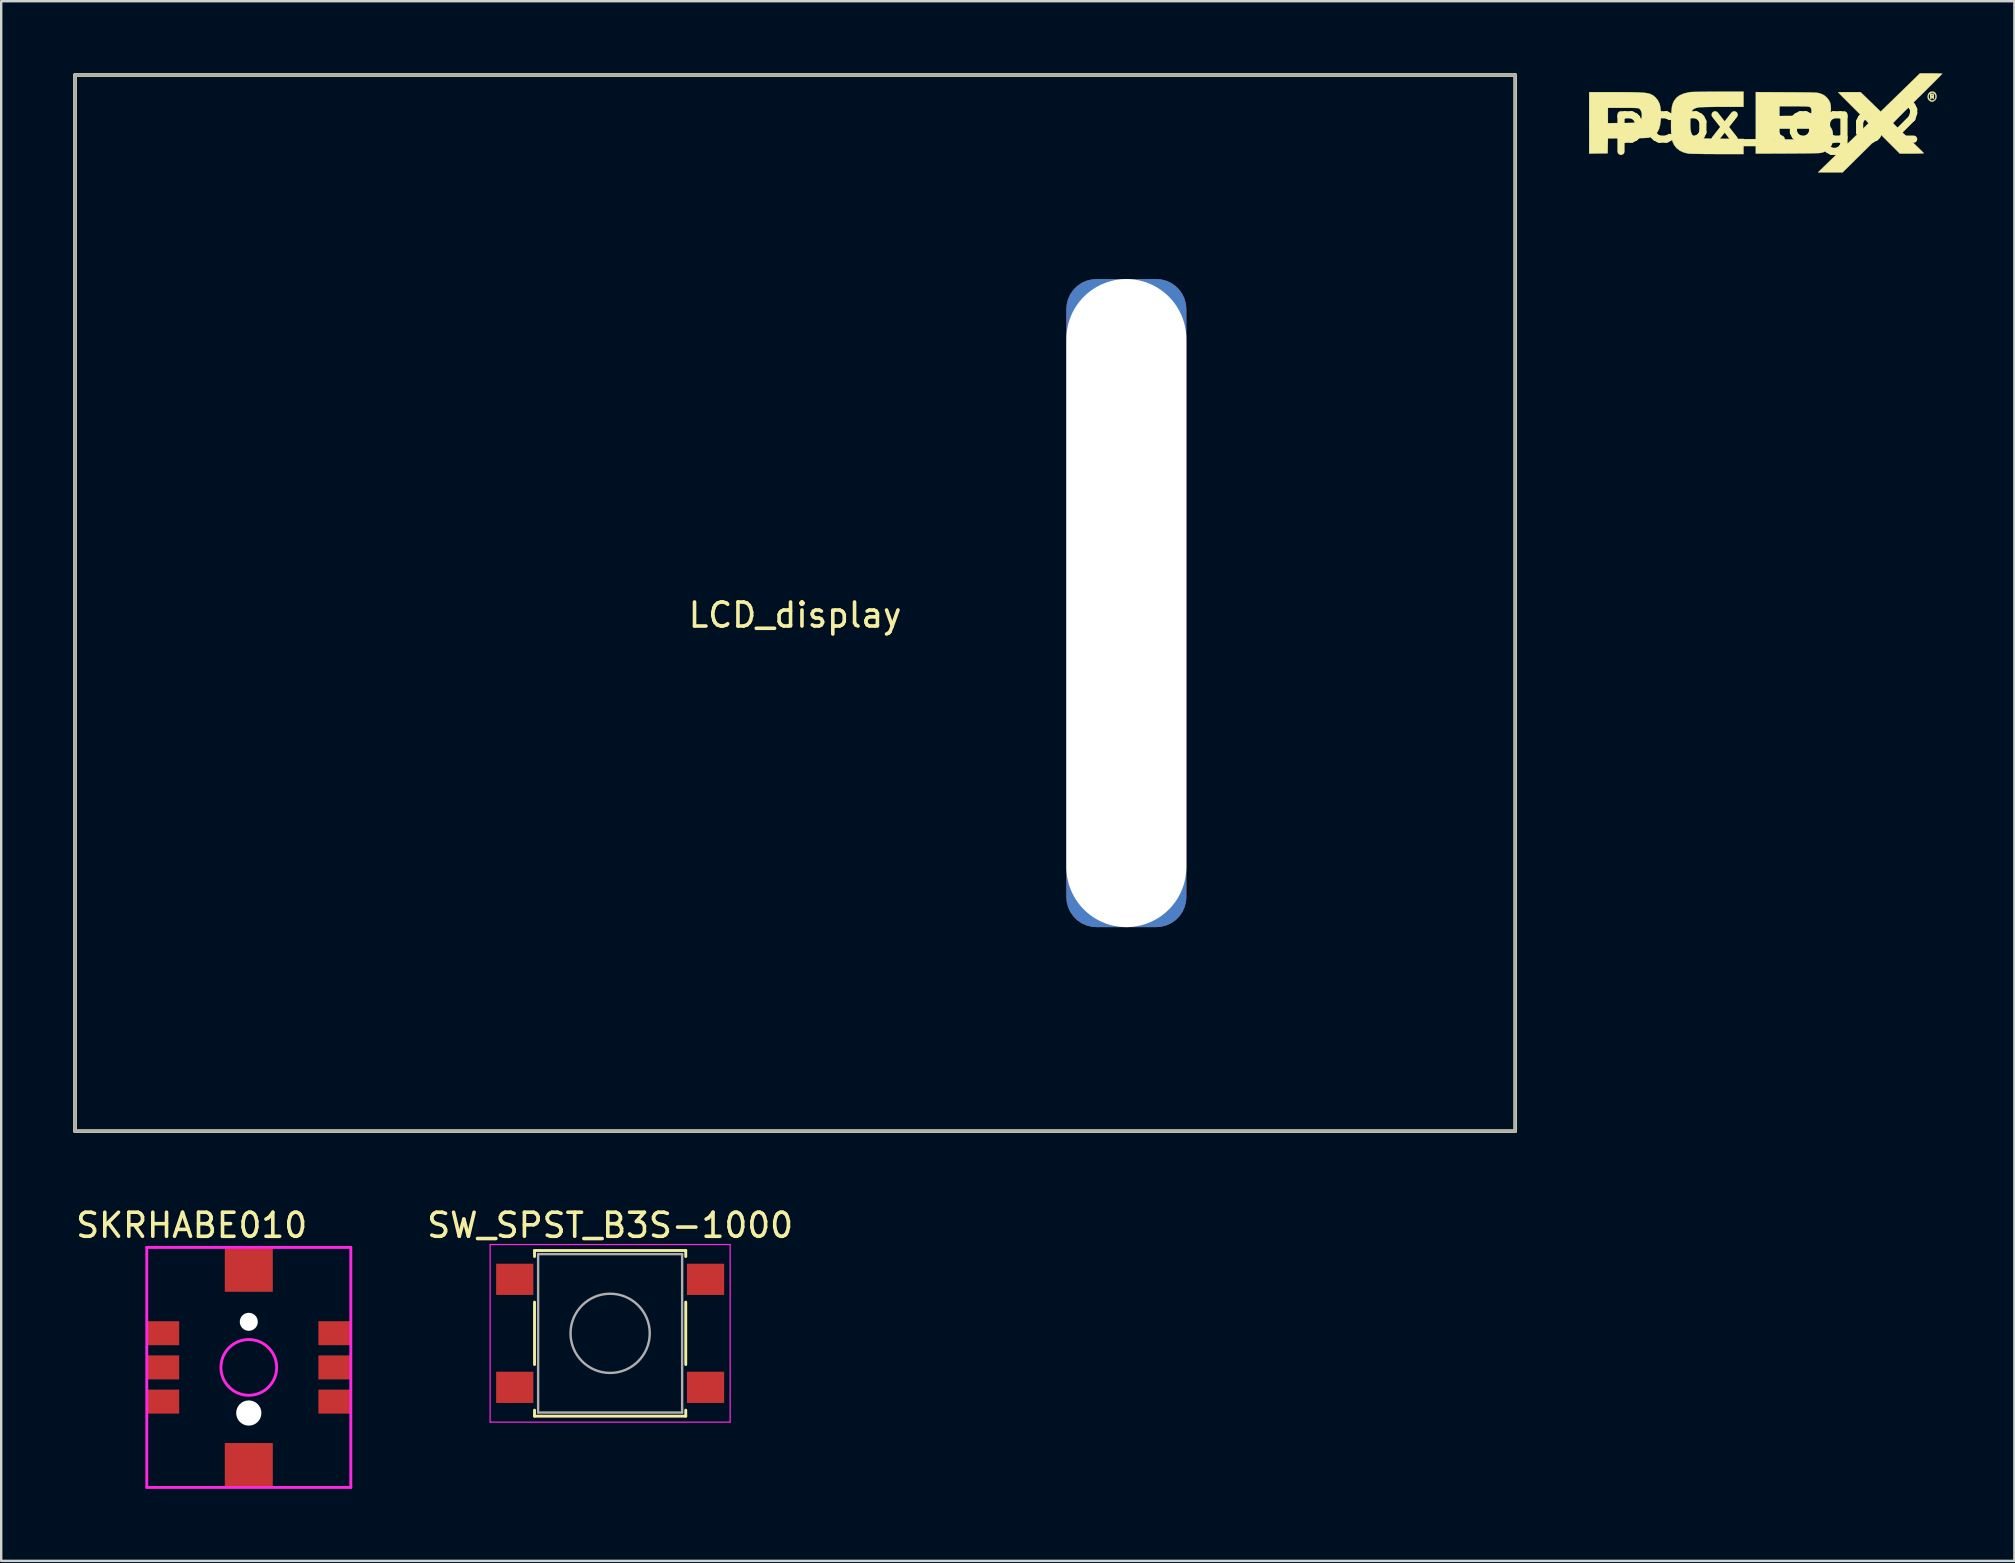
<source format=kicad_pcb>
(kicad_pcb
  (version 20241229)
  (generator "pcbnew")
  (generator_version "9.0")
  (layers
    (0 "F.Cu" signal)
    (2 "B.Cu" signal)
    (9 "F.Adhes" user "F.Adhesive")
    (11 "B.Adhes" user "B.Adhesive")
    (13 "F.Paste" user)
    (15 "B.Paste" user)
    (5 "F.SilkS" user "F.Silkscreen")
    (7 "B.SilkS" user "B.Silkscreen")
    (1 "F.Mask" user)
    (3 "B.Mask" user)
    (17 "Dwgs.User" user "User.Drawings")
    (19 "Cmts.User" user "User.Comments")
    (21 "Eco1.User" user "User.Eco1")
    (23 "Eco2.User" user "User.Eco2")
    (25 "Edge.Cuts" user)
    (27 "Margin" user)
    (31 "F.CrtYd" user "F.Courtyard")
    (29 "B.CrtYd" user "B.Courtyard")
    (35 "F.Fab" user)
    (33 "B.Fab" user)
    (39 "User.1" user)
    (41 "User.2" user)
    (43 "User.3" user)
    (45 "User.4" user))
  (footprint "LCD_display"
    (layer "F.Cu")
    (at 30.075 22.075)
    (property "Reference" "LCD_display" (at 0 0.5 0) (layer "F.SilkS") (effects (font (size 1 1) (thickness 0.15))))
    (attr through_hole)
    (fp_line (start -30 -22) (end -30 22) (stroke (width 0.15) (type solid)) (layer "F.SilkS"))
    (fp_line (start -30 -22) (end 30 -22) (stroke (width 0.15) (type solid)) (layer "F.SilkS"))
    (fp_line (start 30 22) (end -30 22) (stroke (width 0.15) (type solid)) (layer "F.SilkS"))
    (fp_line (start 30 22) (end 30 -22) (stroke (width 0.15) (type solid)) (layer "F.SilkS"))
    (fp_line (start -30 -22) (end -30 22) (stroke (width 0.12) (type solid)) (layer "F.Fab"))
    (fp_line (start -30 -22) (end 30 -22) (stroke (width 0.12) (type solid)) (layer "F.Fab"))
    (fp_line (start -30 22) (end 30 22) (stroke (width 0.12) (type solid)) (layer "F.Fab"))
    (fp_line (start 30 22) (end 30 -22) (stroke (width 0.12) (type solid)) (layer "F.Fab"))
    (pad "" np_thru_hole roundrect (at 13.8 0) (size 5 27) (drill oval 5 27) (layers "*.Cu") (roundrect_rratio 0.25)))
  (footprint "SW_SPST_B3S-1000"
    (layer "F.Cu")
    (at 22.369 52.498)
    (property "Reference" "SW_SPST_B3S-1000" (at 0 -4.5 0) (layer "F.SilkS") (effects (font (size 1 1) (thickness 0.15))))
    (attr smd)
    (fp_line (start -3.15 -3.45) (end 3.15 -3.45) (stroke (width 0.12) (type solid)) (layer "F.SilkS"))
    (fp_line (start -3.15 -3.2) (end -3.15 -3.45) (stroke (width 0.12) (type solid)) (layer "F.SilkS"))
    (fp_line (start -3.15 1.3) (end -3.15 -1.3) (stroke (width 0.12) (type solid)) (layer "F.SilkS"))
    (fp_line (start -3.15 3.45) (end -3.15 3.2) (stroke (width 0.12) (type solid)) (layer "F.SilkS"))
    (fp_line (start 3.15 -3.45) (end 3.15 -3.2) (stroke (width 0.12) (type solid)) (layer "F.SilkS"))
    (fp_line (start 3.15 -1.3) (end 3.15 1.3) (stroke (width 0.12) (type solid)) (layer "F.SilkS"))
    (fp_line (start 3.15 3.2) (end 3.15 3.45) (stroke (width 0.12) (type solid)) (layer "F.SilkS"))
    (fp_line (start 3.15 3.45) (end -3.15 3.45) (stroke (width 0.12) (type solid)) (layer "F.SilkS"))
    (fp_line (start -5 -3.7) (end -5 3.7) (stroke (width 0.05) (type solid)) (layer "F.CrtYd"))
    (fp_line (start -5 3.7) (end 5 3.7) (stroke (width 0.05) (type solid)) (layer "F.CrtYd"))
    (fp_line (start 5 -3.7) (end -5 -3.7) (stroke (width 0.05) (type solid)) (layer "F.CrtYd"))
    (fp_line (start 5 3.7) (end 5 -3.7) (stroke (width 0.05) (type solid)) (layer "F.CrtYd"))
    (fp_line (start -3 -3.3) (end 3 -3.3) (stroke (width 0.1) (type solid)) (layer "F.Fab"))
    (fp_line (start -3 3.3) (end -3 -3.3) (stroke (width 0.1) (type solid)) (layer "F.Fab"))
    (fp_line (start 3 -3.3) (end 3 3.3) (stroke (width 0.1) (type solid)) (layer "F.Fab"))
    (fp_line (start 3 3.3) (end -3 3.3) (stroke (width 0.1) (type solid)) (layer "F.Fab"))
    (fp_circle (center 0 0) (end 1.65 0) (stroke (width 0.1) (type solid)) (fill no) (layer "F.Fab"))
    (pad "1" smd rect (at -3.975 -2.25) (size 1.55 1.3) (layers "F.Cu" "F.Mask" "F.Paste"))
    (pad "1" smd rect (at 3.975 -2.25) (size 1.55 1.3) (layers "F.Cu" "F.Mask" "F.Paste"))
    (pad "2" smd rect (at -3.975 2.25) (size 1.55 1.3) (layers "F.Cu" "F.Mask" "F.Paste"))
    (pad "2" smd rect (at 3.975 2.25) (size 1.55 1.3) (layers "F.Cu" "F.Mask" "F.Paste")))
  (footprint "SKRHABE010"
    (layer "F.Cu")
    (at 7.315 53.918)
    (property "Reference" "SKRHABE010" (at -2.38 -5.92 0) (layer "F.SilkS") (effects (font (size 1 1) (thickness 0.15))))
    (attr through_hole)
    (fp_line (start -4.25 -5) (end -4.25 5) (stroke (width 0.12) (type solid)) (layer "F.CrtYd"))
    (fp_line (start -4.25 5) (end 4.25 5) (stroke (width 0.12) (type solid)) (layer "F.CrtYd"))
    (fp_line (start 4.25 -5) (end -4.25 -5) (stroke (width 0.12) (type solid)) (layer "F.CrtYd"))
    (fp_line (start 4.25 5) (end 4.25 -5) (stroke (width 0.12) (type solid)) (layer "F.CrtYd"))
    (fp_circle (center 0 0) (end 1.16 -0.05) (stroke (width 0.12) (type solid)) (fill no) (layer "F.CrtYd"))
    (pad "" smd rect (at 0 -4.05) (size 2 1.8) (layers "F.Cu" "F.Mask" "F.Paste"))
    (pad "" np_thru_hole circle (at 0 -1.9) (size 0.75 0.75) (drill 0.75) (layers "*.Cu" "*.Mask"))
    (pad "" np_thru_hole circle (at 0 1.9) (size 1.05 1.05) (drill 1.05) (layers "*.Cu" "*.Mask"))
    (pad "" smd rect (at 0 4.05) (size 2 1.8) (layers "F.Cu" "F.Mask" "F.Paste"))
    (pad "1" smd rect (at -3.575 -1.425) (size 1.35 1) (layers "F.Cu" "F.Mask" "F.Paste"))
    (pad "2" smd rect (at -3.575 0) (size 1.35 1) (layers "F.Cu" "F.Mask" "F.Paste"))
    (pad "3" smd rect (at -3.575 1.425) (size 1.35 1) (layers "F.Cu" "F.Mask" "F.Paste"))
    (pad "4" smd rect (at 3.575 -1.425) (size 1.35 1) (layers "F.Cu" "F.Mask" "F.Paste"))
    (pad "5" smd rect (at 3.575 0) (size 1.35 1) (layers "F.Cu" "F.Mask" "F.Paste"))
    (pad "6" smd rect (at 3.575 1.425) (size 1.35 1) (layers "F.Cu" "F.Mask" "F.Paste")))
  (footprint "pcbx_logo2"
    (layer "F.Cu")
    (at 70.542 2.058)
    (property "Reference" "pcbx_logo2" (at 0 0 0) (layer "F.SilkS") (effects (font (size 1.524 1.524) (thickness 0.3))))
    (attr through_hole)
    (fp_poly (pts (xy 6.895 -1.202) (xy 6.974 -1.196) (xy 6.977 -1.085) (xy 6.975 -1.012) (xy 6.965 -0.98) (xy 6.944 -0.985) (xy 6.915 -1.021) (xy 6.881 -1.069) (xy 6.88 -1.021) (xy 6.867 -0.983) (xy 6.847 -0.974) (xy 6.828 -0.984) (xy 6.818 -1.02) (xy 6.816 -1.091) (xy 6.816 -1.132) (xy 6.879 -1.132) (xy 6.891 -1.104) (xy 6.9 -1.101) (xy 6.919 -1.118) (xy 6.921 -1.132) (xy 6.91 -1.161) (xy 6.9 -1.164) (xy 6.882 -1.147) (xy 6.879 -1.132) (xy 6.816 -1.132) (xy 6.816 -1.209) (xy 6.895 -1.202)) (stroke (width 0.01) (type solid)) (fill yes) (layer "F.SilkS"))
    (fp_poly (pts (xy 6.969 -1.284) (xy 7.02 -1.26) (xy 7.057 -1.21) (xy 7.06 -1.205) (xy 7.089 -1.11) (xy 7.08 -1.02) (xy 7.037 -0.942) (xy 6.971 -0.891) (xy 6.911 -0.87) (xy 6.856 -0.877) (xy 6.816 -0.895) (xy 6.755 -0.945) (xy 6.722 -1.014) (xy 6.717 -1.061) (xy 6.758 -1.061) (xy 6.784 -0.995) (xy 6.832 -0.94) (xy 6.896 -0.92) (xy 6.965 -0.935) (xy 7.002 -0.962) (xy 7.024 -0.999) (xy 7.04 -1.056) (xy 7.041 -1.06) (xy 7.037 -1.136) (xy 7.006 -1.196) (xy 6.956 -1.235) (xy 6.896 -1.247) (xy 6.835 -1.229) (xy 6.796 -1.193) (xy 6.759 -1.127) (xy 6.758 -1.061) (xy 6.717 -1.061) (xy 6.713 -1.091) (xy 6.729 -1.167) (xy 6.766 -1.232) (xy 6.823 -1.277) (xy 6.89 -1.291) (xy 6.969 -1.284)) (stroke (width 0.01) (type solid)) (fill yes) (layer "F.SilkS"))
    (fp_poly (pts (xy -6.324 -1.269) (xy -6.05 -1.269) (xy -5.816 -1.268) (xy -5.617 -1.265) (xy -5.448 -1.262) (xy -5.308 -1.257) (xy -5.191 -1.251) (xy -5.094 -1.244) (xy -5.014 -1.234) (xy -4.946 -1.222) (xy -4.888 -1.208) (xy -4.844 -1.195) (xy -4.723 -1.135) (xy -4.613 -1.041) (xy -4.521 -0.925) (xy -4.455 -0.794) (xy -4.436 -0.73) (xy -4.413 -0.604) (xy -4.4 -0.453) (xy -4.395 -0.291) (xy -4.4 -0.135) (xy -4.404 -0.097) (xy -4.43 0.096) (xy -4.472 0.253) (xy -4.531 0.379) (xy -4.61 0.478) (xy -4.712 0.555) (xy -4.831 0.61) (xy -4.859 0.619) (xy -4.897 0.627) (xy -4.947 0.633) (xy -5.015 0.638) (xy -5.105 0.642) (xy -5.22 0.645) (xy -5.364 0.648) (xy -5.543 0.65) (xy -5.76 0.652) (xy -5.762 0.652) (xy -6.603 0.659) (xy -6.609 0.97) (xy -6.615 1.281) (xy -7.001 1.286) (xy -7.387 1.292) (xy -7.387 -0.614) (xy -6.604 -0.614) (xy -6.604 0.021) (xy -6.133 0.019) (xy -5.983 0.018) (xy -5.835 0.016) (xy -5.699 0.013) (xy -5.584 0.009) (xy -5.5 0.004) (xy -5.485 0.003) (xy -5.395 -0.006) (xy -5.337 -0.017) (xy -5.298 -0.033) (xy -5.268 -0.059) (xy -5.259 -0.069) (xy -5.216 -0.145) (xy -5.194 -0.242) (xy -5.193 -0.347) (xy -5.211 -0.447) (xy -5.248 -0.529) (xy -5.284 -0.57) (xy -5.302 -0.583) (xy -5.323 -0.593) (xy -5.351 -0.6) (xy -5.393 -0.606) (xy -5.452 -0.609) (xy -5.534 -0.612) (xy -5.643 -0.613) (xy -5.785 -0.614) (xy -5.964 -0.614) (xy -6.604 -0.614) (xy -7.387 -0.614) (xy -7.387 -1.27) (xy -6.324 -1.269)) (stroke (width 0.01) (type solid)) (fill yes) (layer "F.SilkS"))
    (fp_poly (pts (xy -0.953 -0.656) (xy -1.815 -0.656) (xy -2.026 -0.655) (xy -2.222 -0.654) (xy -2.398 -0.651) (xy -2.551 -0.648) (xy -2.674 -0.643) (xy -2.765 -0.639) (xy -2.815 -0.634) (xy -2.923 -0.612) (xy -3.006 -0.581) (xy -3.068 -0.537) (xy -3.112 -0.475) (xy -3.141 -0.387) (xy -3.159 -0.271) (xy -3.169 -0.119) (xy -3.171 -0.051) (xy -3.172 0.134) (xy -3.163 0.283) (xy -3.142 0.399) (xy -3.106 0.489) (xy -3.055 0.555) (xy -2.986 0.604) (xy -2.904 0.638) (xy -2.864 0.645) (xy -2.79 0.651) (xy -2.681 0.657) (xy -2.535 0.662) (xy -2.35 0.666) (xy -2.126 0.669) (xy -1.889 0.672) (xy -0.953 0.681) (xy -0.953 1.312) (xy -2.048 1.31) (xy -2.263 1.309) (xy -2.469 1.308) (xy -2.66 1.306) (xy -2.832 1.303) (xy -2.981 1.301) (xy -3.103 1.298) (xy -3.192 1.295) (xy -3.244 1.292) (xy -3.251 1.291) (xy -3.442 1.246) (xy -3.605 1.171) (xy -3.74 1.068) (xy -3.844 0.939) (xy -3.909 0.802) (xy -3.936 0.698) (xy -3.957 0.569) (xy -3.97 0.409) (xy -3.976 0.217) (xy -3.975 -0.013) (xy -3.973 -0.116) (xy -3.967 -0.306) (xy -3.959 -0.46) (xy -3.948 -0.584) (xy -3.932 -0.685) (xy -3.91 -0.769) (xy -3.882 -0.842) (xy -3.846 -0.911) (xy -3.834 -0.93) (xy -3.741 -1.045) (xy -3.617 -1.137) (xy -3.458 -1.207) (xy -3.265 -1.256) (xy -3.186 -1.269) (xy -3.134 -1.274) (xy -3.046 -1.278) (xy -2.924 -1.281) (xy -2.774 -1.284) (xy -2.601 -1.287) (xy -2.41 -1.289) (xy -2.205 -1.29) (xy -1.995 -1.291) (xy -0.953 -1.291) (xy -0.953 -0.656)) (stroke (width 0.01) (type solid)) (fill yes) (layer "F.SilkS"))
    (fp_poly (pts (xy 6.995 -2.052) (xy 7.114 -2.05) (xy 7.212 -2.047) (xy 7.283 -2.042) (xy 7.32 -2.037) (xy 7.324 -2.035) (xy 7.309 -2.017) (xy 7.266 -1.973) (xy 7.199 -1.903) (xy 7.108 -1.811) (xy 6.997 -1.7) (xy 6.868 -1.571) (xy 6.723 -1.427) (xy 6.566 -1.271) (xy 6.398 -1.105) (xy 6.296 -1.005) (xy 6.123 -0.835) (xy 5.96 -0.672) (xy 5.808 -0.521) (xy 5.67 -0.384) (xy 5.549 -0.262) (xy 5.447 -0.159) (xy 5.366 -0.076) (xy 5.31 -0.017) (xy 5.28 0.017) (xy 5.275 0.024) (xy 5.291 0.041) (xy 5.335 0.085) (xy 5.402 0.152) (xy 5.491 0.239) (xy 5.598 0.342) (xy 5.718 0.459) (xy 5.851 0.586) (xy 5.916 0.649) (xy 6.053 0.78) (xy 6.179 0.902) (xy 6.293 1.012) (xy 6.391 1.106) (xy 6.469 1.183) (xy 6.524 1.238) (xy 6.554 1.269) (xy 6.558 1.274) (xy 6.54 1.279) (xy 6.485 1.283) (xy 6.399 1.287) (xy 6.288 1.289) (xy 6.158 1.291) (xy 6.061 1.291) (xy 5.557 1.291) (xy 4.765 0.5) (xy 3.97 1.287) (xy 3.174 2.074) (xy 2.149 2.074) (xy 2.255 1.97) (xy 2.288 1.937) (xy 2.35 1.877) (xy 2.436 1.794) (xy 2.543 1.689) (xy 2.669 1.567) (xy 2.81 1.43) (xy 2.964 1.281) (xy 3.127 1.123) (xy 3.297 0.958) (xy 3.302 0.953) (xy 3.468 0.792) (xy 3.626 0.639) (xy 3.771 0.498) (xy 3.902 0.37) (xy 4.016 0.258) (xy 4.11 0.165) (xy 4.182 0.094) (xy 4.229 0.047) (xy 4.249 0.026) (xy 4.249 0.025) (xy 4.236 0.008) (xy 4.196 -0.037) (xy 4.131 -0.105) (xy 4.046 -0.193) (xy 3.943 -0.298) (xy 3.825 -0.418) (xy 3.696 -0.548) (xy 3.62 -0.624) (xy 3.485 -0.759) (xy 3.36 -0.884) (xy 3.248 -0.996) (xy 3.151 -1.093) (xy 3.074 -1.171) (xy 3.019 -1.227) (xy 2.989 -1.259) (xy 2.985 -1.264) (xy 3.005 -1.266) (xy 3.061 -1.267) (xy 3.148 -1.269) (xy 3.259 -1.269) (xy 3.388 -1.27) (xy 3.453 -1.27) (xy 3.922 -1.27) (xy 4.168 -1.032) (xy 4.269 -0.934) (xy 4.377 -0.83) (xy 4.479 -0.73) (xy 4.566 -0.647) (xy 4.586 -0.627) (xy 4.759 -0.459) (xy 6.395 -2.053) (xy 6.86 -2.053) (xy 6.995 -2.052)) (stroke (width 0.01) (type solid)) (fill yes) (layer "F.SilkS"))
    (fp_poly (pts (xy 0.831 -1.265) (xy 1.095 -1.264) (xy 1.32 -1.262) (xy 1.51 -1.261) (xy 1.668 -1.259) (xy 1.798 -1.258) (xy 1.903 -1.255) (xy 1.987 -1.252) (xy 2.053 -1.248) (xy 2.105 -1.244) (xy 2.146 -1.238) (xy 2.18 -1.231) (xy 2.211 -1.223) (xy 2.241 -1.213) (xy 2.252 -1.209) (xy 2.35 -1.17) (xy 2.429 -1.121) (xy 2.509 -1.05) (xy 2.51 -1.049) (xy 2.594 -0.949) (xy 2.65 -0.842) (xy 2.679 -0.72) (xy 2.686 -0.571) (xy 2.684 -0.52) (xy 2.667 -0.377) (xy 2.63 -0.265) (xy 2.567 -0.174) (xy 2.476 -0.096) (xy 2.46 -0.085) (xy 2.349 -0.012) (xy 2.445 0.016) (xy 2.553 0.068) (xy 2.647 0.153) (xy 2.718 0.261) (xy 2.741 0.317) (xy 2.76 0.388) (xy 2.769 0.469) (xy 2.771 0.571) (xy 2.769 0.642) (xy 2.764 0.747) (xy 2.755 0.822) (xy 2.741 0.88) (xy 2.718 0.934) (xy 2.7 0.968) (xy 2.627 1.075) (xy 2.535 1.155) (xy 2.414 1.217) (xy 2.363 1.235) (xy 2.335 1.244) (xy 2.307 1.252) (xy 2.274 1.259) (xy 2.233 1.264) (xy 2.182 1.269) (xy 2.116 1.272) (xy 2.032 1.275) (xy 1.927 1.278) (xy 1.798 1.28) (xy 1.64 1.282) (xy 1.452 1.283) (xy 1.228 1.285) (xy 0.967 1.286) (xy 0.894 1.287) (xy -0.445 1.293) (xy -0.445 0.254) (xy 0.339 0.254) (xy 0.339 0.699) (xy 1.839 0.699) (xy 1.899 0.647) (xy 1.933 0.612) (xy 1.951 0.573) (xy 1.957 0.514) (xy 1.958 0.476) (xy 1.955 0.403) (xy 1.943 0.357) (xy 1.917 0.322) (xy 1.899 0.305) (xy 1.839 0.254) (xy 0.339 0.254) (xy -0.445 0.254) (xy -0.445 -0.677) (xy 0.339 -0.677) (xy 0.339 -0.274) (xy 1.068 -0.28) (xy 1.264 -0.281) (xy 1.423 -0.283) (xy 1.548 -0.286) (xy 1.643 -0.289) (xy 1.713 -0.292) (xy 1.763 -0.297) (xy 1.797 -0.303) (xy 1.819 -0.311) (xy 1.833 -0.321) (xy 1.835 -0.324) (xy 1.861 -0.367) (xy 1.872 -0.436) (xy 1.873 -0.479) (xy 1.87 -0.552) (xy 1.857 -0.598) (xy 1.831 -0.631) (xy 1.823 -0.637) (xy 1.808 -0.648) (xy 1.788 -0.657) (xy 1.759 -0.663) (xy 1.716 -0.669) (xy 1.656 -0.672) (xy 1.574 -0.675) (xy 1.464 -0.676) (xy 1.324 -0.677) (xy 1.147 -0.677) (xy 1.056 -0.677) (xy 0.339 -0.677) (xy -0.445 -0.677) (xy -0.445 -1.272) (xy 0.831 -1.265)) (stroke (width 0.01) (type solid)) (fill yes) (layer "F.SilkS")))
  (gr_rect
    (start -3 -3)
    (end 80.871 61.978)
    (stroke (width 0.1) (type default))
    (fill no)
    (layer "Edge.Cuts")))
</source>
